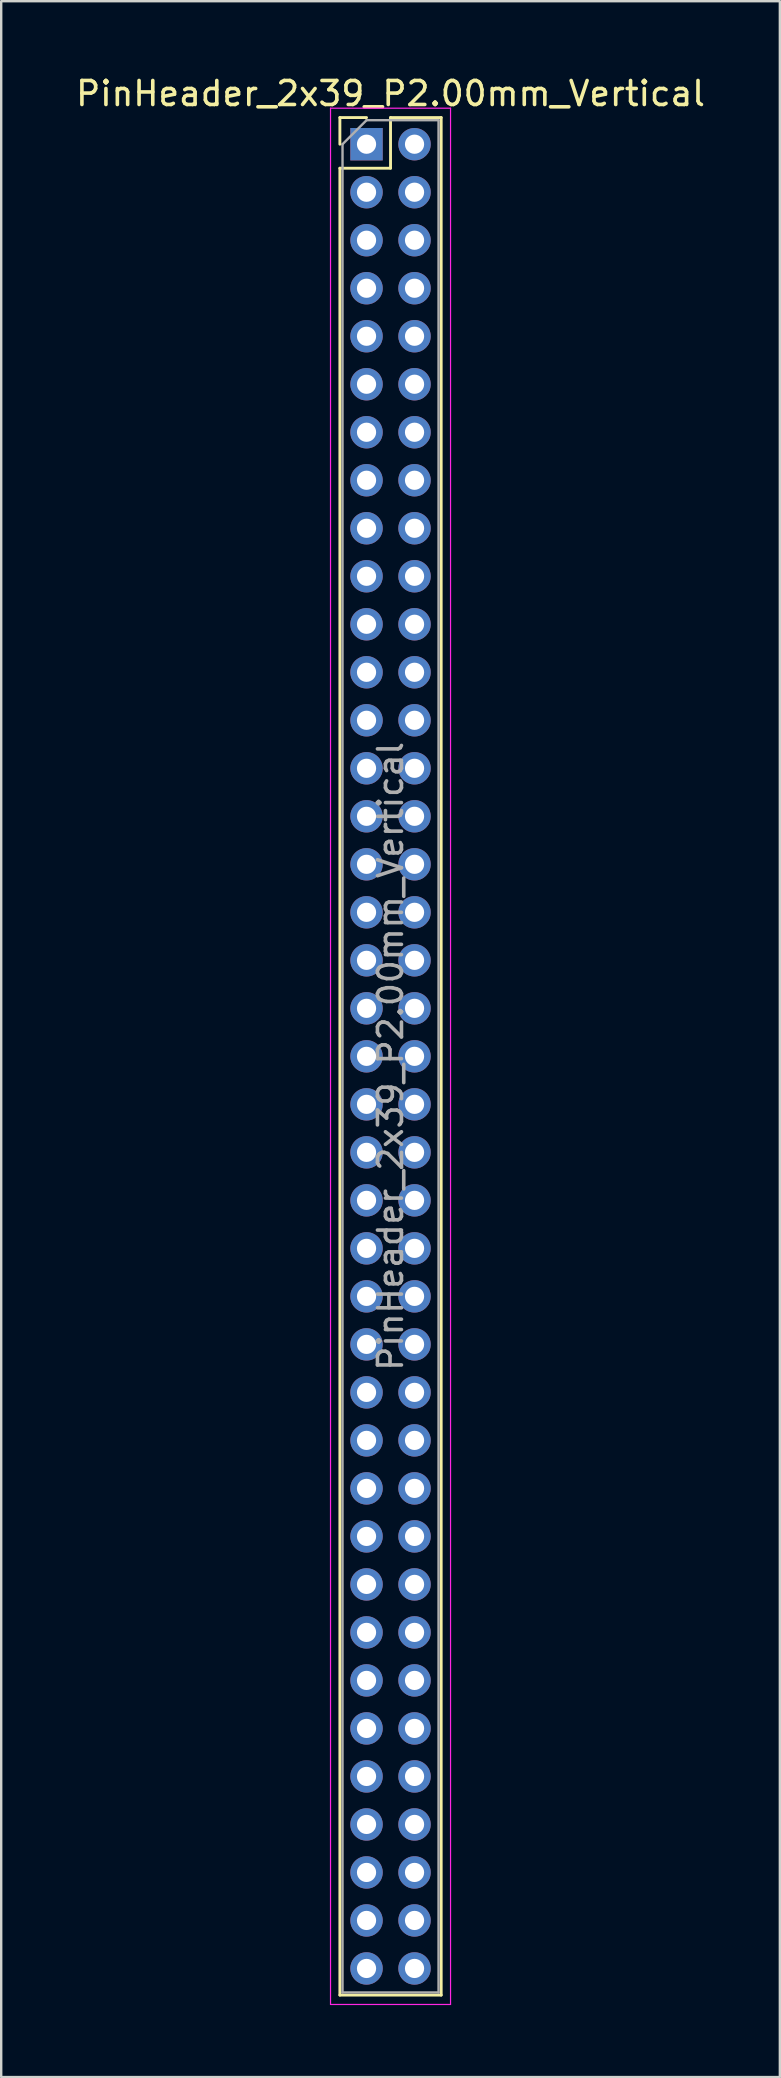
<source format=kicad_pcb>
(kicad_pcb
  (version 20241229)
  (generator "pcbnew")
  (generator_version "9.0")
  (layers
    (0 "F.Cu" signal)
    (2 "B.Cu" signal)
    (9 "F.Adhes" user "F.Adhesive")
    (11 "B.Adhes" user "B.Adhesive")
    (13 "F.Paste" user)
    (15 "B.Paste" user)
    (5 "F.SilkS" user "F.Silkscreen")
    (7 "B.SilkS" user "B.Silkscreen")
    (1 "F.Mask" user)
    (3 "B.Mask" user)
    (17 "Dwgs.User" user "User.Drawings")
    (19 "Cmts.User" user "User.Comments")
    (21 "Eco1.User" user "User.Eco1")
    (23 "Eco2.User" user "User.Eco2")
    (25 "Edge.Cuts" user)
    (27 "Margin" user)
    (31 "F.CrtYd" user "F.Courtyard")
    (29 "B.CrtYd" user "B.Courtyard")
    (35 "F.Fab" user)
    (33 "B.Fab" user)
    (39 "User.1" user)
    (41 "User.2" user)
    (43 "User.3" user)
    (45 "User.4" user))
  (footprint "PinHeader_2x39_P2.00mm_Vertical"
    (layer "F.Cu")
    (at 12.22 2.958)
    (property "Reference" "PinHeader_2x39_P2.00mm_Vertical" (at 1 -2.11 0) (layer "F.SilkS") (effects (font (size 1 1) (thickness 0.15))))
    (attr through_hole)
    (fp_line (start -1.11 -1.11) (end 0 -1.11) (stroke (width 0.12) (type solid)) (layer "F.SilkS"))
    (fp_line (start -1.11 0) (end -1.11 -1.11) (stroke (width 0.12) (type solid)) (layer "F.SilkS"))
    (fp_line (start -1.11 1) (end -1.11 77.11) (stroke (width 0.12) (type solid)) (layer "F.SilkS"))
    (fp_line (start -1.11 1) (end 1 1) (stroke (width 0.12) (type solid)) (layer "F.SilkS"))
    (fp_line (start -1.11 77.11) (end 3.11 77.11) (stroke (width 0.12) (type solid)) (layer "F.SilkS"))
    (fp_line (start 1 -1.11) (end 3.11 -1.11) (stroke (width 0.12) (type solid)) (layer "F.SilkS"))
    (fp_line (start 1 1) (end 1 -1.11) (stroke (width 0.12) (type solid)) (layer "F.SilkS"))
    (fp_line (start 3.11 -1.11) (end 3.11 77.11) (stroke (width 0.12) (type solid)) (layer "F.SilkS"))
    (fp_line (start -1.5 -1.5) (end -1.5 77.5) (stroke (width 0.05) (type solid)) (layer "F.CrtYd"))
    (fp_line (start -1.5 77.5) (end 3.5 77.5) (stroke (width 0.05) (type solid)) (layer "F.CrtYd"))
    (fp_line (start 3.5 -1.5) (end -1.5 -1.5) (stroke (width 0.05) (type solid)) (layer "F.CrtYd"))
    (fp_line (start 3.5 77.5) (end 3.5 -1.5) (stroke (width 0.05) (type solid)) (layer "F.CrtYd"))
    (fp_line (start -1 0) (end 0 -1) (stroke (width 0.1) (type solid)) (layer "F.Fab"))
    (fp_line (start -1 77) (end -1 0) (stroke (width 0.1) (type solid)) (layer "F.Fab"))
    (fp_line (start 0 -1) (end 3 -1) (stroke (width 0.1) (type solid)) (layer "F.Fab"))
    (fp_line (start 3 -1) (end 3 77) (stroke (width 0.1) (type solid)) (layer "F.Fab"))
    (fp_line (start 3 77) (end -1 77) (stroke (width 0.1) (type solid)) (layer "F.Fab"))
    (fp_text user "${REFERENCE}" (at 1 38 90) (layer "F.Fab") (effects (font (size 1 1) (thickness 0.15))))
    (pad "1" thru_hole rect (at 0 0) (size 1.35 1.35) (drill 0.8) (layers "*.Cu" "*.Mask"))
    (pad "2" thru_hole circle (at 2 0) (size 1.35 1.35) (drill 0.8) (layers "*.Cu" "*.Mask"))
    (pad "3" thru_hole circle (at 0 2) (size 1.35 1.35) (drill 0.8) (layers "*.Cu" "*.Mask"))
    (pad "4" thru_hole circle (at 2 2) (size 1.35 1.35) (drill 0.8) (layers "*.Cu" "*.Mask"))
    (pad "5" thru_hole circle (at 0 4) (size 1.35 1.35) (drill 0.8) (layers "*.Cu" "*.Mask"))
    (pad "6" thru_hole circle (at 2 4) (size 1.35 1.35) (drill 0.8) (layers "*.Cu" "*.Mask"))
    (pad "7" thru_hole circle (at 0 6) (size 1.35 1.35) (drill 0.8) (layers "*.Cu" "*.Mask"))
    (pad "8" thru_hole circle (at 2 6) (size 1.35 1.35) (drill 0.8) (layers "*.Cu" "*.Mask"))
    (pad "9" thru_hole circle (at 0 8) (size 1.35 1.35) (drill 0.8) (layers "*.Cu" "*.Mask"))
    (pad "10" thru_hole circle (at 2 8) (size 1.35 1.35) (drill 0.8) (layers "*.Cu" "*.Mask"))
    (pad "11" thru_hole circle (at 0 10) (size 1.35 1.35) (drill 0.8) (layers "*.Cu" "*.Mask"))
    (pad "12" thru_hole circle (at 2 10) (size 1.35 1.35) (drill 0.8) (layers "*.Cu" "*.Mask"))
    (pad "13" thru_hole circle (at 0 12) (size 1.35 1.35) (drill 0.8) (layers "*.Cu" "*.Mask"))
    (pad "14" thru_hole circle (at 2 12) (size 1.35 1.35) (drill 0.8) (layers "*.Cu" "*.Mask"))
    (pad "15" thru_hole circle (at 0 14) (size 1.35 1.35) (drill 0.8) (layers "*.Cu" "*.Mask"))
    (pad "16" thru_hole circle (at 2 14) (size 1.35 1.35) (drill 0.8) (layers "*.Cu" "*.Mask"))
    (pad "17" thru_hole circle (at 0 16) (size 1.35 1.35) (drill 0.8) (layers "*.Cu" "*.Mask"))
    (pad "18" thru_hole circle (at 2 16) (size 1.35 1.35) (drill 0.8) (layers "*.Cu" "*.Mask"))
    (pad "19" thru_hole circle (at 0 18) (size 1.35 1.35) (drill 0.8) (layers "*.Cu" "*.Mask"))
    (pad "20" thru_hole circle (at 2 18) (size 1.35 1.35) (drill 0.8) (layers "*.Cu" "*.Mask"))
    (pad "21" thru_hole circle (at 0 20) (size 1.35 1.35) (drill 0.8) (layers "*.Cu" "*.Mask"))
    (pad "22" thru_hole circle (at 2 20) (size 1.35 1.35) (drill 0.8) (layers "*.Cu" "*.Mask"))
    (pad "23" thru_hole circle (at 0 22) (size 1.35 1.35) (drill 0.8) (layers "*.Cu" "*.Mask"))
    (pad "24" thru_hole circle (at 2 22) (size 1.35 1.35) (drill 0.8) (layers "*.Cu" "*.Mask"))
    (pad "25" thru_hole circle (at 0 24) (size 1.35 1.35) (drill 0.8) (layers "*.Cu" "*.Mask"))
    (pad "26" thru_hole circle (at 2 24) (size 1.35 1.35) (drill 0.8) (layers "*.Cu" "*.Mask"))
    (pad "27" thru_hole circle (at 0 26) (size 1.35 1.35) (drill 0.8) (layers "*.Cu" "*.Mask"))
    (pad "28" thru_hole circle (at 2 26) (size 1.35 1.35) (drill 0.8) (layers "*.Cu" "*.Mask"))
    (pad "29" thru_hole circle (at 0 28) (size 1.35 1.35) (drill 0.8) (layers "*.Cu" "*.Mask"))
    (pad "30" thru_hole circle (at 2 28) (size 1.35 1.35) (drill 0.8) (layers "*.Cu" "*.Mask"))
    (pad "31" thru_hole circle (at 0 30) (size 1.35 1.35) (drill 0.8) (layers "*.Cu" "*.Mask"))
    (pad "32" thru_hole circle (at 2 30) (size 1.35 1.35) (drill 0.8) (layers "*.Cu" "*.Mask"))
    (pad "33" thru_hole circle (at 0 32) (size 1.35 1.35) (drill 0.8) (layers "*.Cu" "*.Mask"))
    (pad "34" thru_hole circle (at 2 32) (size 1.35 1.35) (drill 0.8) (layers "*.Cu" "*.Mask"))
    (pad "35" thru_hole circle (at 0 34) (size 1.35 1.35) (drill 0.8) (layers "*.Cu" "*.Mask"))
    (pad "36" thru_hole circle (at 2 34) (size 1.35 1.35) (drill 0.8) (layers "*.Cu" "*.Mask"))
    (pad "37" thru_hole circle (at 0 36) (size 1.35 1.35) (drill 0.8) (layers "*.Cu" "*.Mask"))
    (pad "38" thru_hole circle (at 2 36) (size 1.35 1.35) (drill 0.8) (layers "*.Cu" "*.Mask"))
    (pad "39" thru_hole circle (at 0 38) (size 1.35 1.35) (drill 0.8) (layers "*.Cu" "*.Mask"))
    (pad "40" thru_hole circle (at 2 38) (size 1.35 1.35) (drill 0.8) (layers "*.Cu" "*.Mask"))
    (pad "41" thru_hole circle (at 0 40) (size 1.35 1.35) (drill 0.8) (layers "*.Cu" "*.Mask"))
    (pad "42" thru_hole circle (at 2 40) (size 1.35 1.35) (drill 0.8) (layers "*.Cu" "*.Mask"))
    (pad "43" thru_hole circle (at 0 42) (size 1.35 1.35) (drill 0.8) (layers "*.Cu" "*.Mask"))
    (pad "44" thru_hole circle (at 2 42) (size 1.35 1.35) (drill 0.8) (layers "*.Cu" "*.Mask"))
    (pad "45" thru_hole circle (at 0 44) (size 1.35 1.35) (drill 0.8) (layers "*.Cu" "*.Mask"))
    (pad "46" thru_hole circle (at 2 44) (size 1.35 1.35) (drill 0.8) (layers "*.Cu" "*.Mask"))
    (pad "47" thru_hole circle (at 0 46) (size 1.35 1.35) (drill 0.8) (layers "*.Cu" "*.Mask"))
    (pad "48" thru_hole circle (at 2 46) (size 1.35 1.35) (drill 0.8) (layers "*.Cu" "*.Mask"))
    (pad "49" thru_hole circle (at 0 48) (size 1.35 1.35) (drill 0.8) (layers "*.Cu" "*.Mask"))
    (pad "50" thru_hole circle (at 2 48) (size 1.35 1.35) (drill 0.8) (layers "*.Cu" "*.Mask"))
    (pad "51" thru_hole circle (at 0 50) (size 1.35 1.35) (drill 0.8) (layers "*.Cu" "*.Mask"))
    (pad "52" thru_hole circle (at 2 50) (size 1.35 1.35) (drill 0.8) (layers "*.Cu" "*.Mask"))
    (pad "53" thru_hole circle (at 0 52) (size 1.35 1.35) (drill 0.8) (layers "*.Cu" "*.Mask"))
    (pad "54" thru_hole circle (at 2 52) (size 1.35 1.35) (drill 0.8) (layers "*.Cu" "*.Mask"))
    (pad "55" thru_hole circle (at 0 54) (size 1.35 1.35) (drill 0.8) (layers "*.Cu" "*.Mask"))
    (pad "56" thru_hole circle (at 2 54) (size 1.35 1.35) (drill 0.8) (layers "*.Cu" "*.Mask"))
    (pad "57" thru_hole circle (at 0 56) (size 1.35 1.35) (drill 0.8) (layers "*.Cu" "*.Mask"))
    (pad "58" thru_hole circle (at 2 56) (size 1.35 1.35) (drill 0.8) (layers "*.Cu" "*.Mask"))
    (pad "59" thru_hole circle (at 0 58) (size 1.35 1.35) (drill 0.8) (layers "*.Cu" "*.Mask"))
    (pad "60" thru_hole circle (at 2 58) (size 1.35 1.35) (drill 0.8) (layers "*.Cu" "*.Mask"))
    (pad "61" thru_hole circle (at 0 60) (size 1.35 1.35) (drill 0.8) (layers "*.Cu" "*.Mask"))
    (pad "62" thru_hole circle (at 2 60) (size 1.35 1.35) (drill 0.8) (layers "*.Cu" "*.Mask"))
    (pad "63" thru_hole circle (at 0 62) (size 1.35 1.35) (drill 0.8) (layers "*.Cu" "*.Mask"))
    (pad "64" thru_hole circle (at 2 62) (size 1.35 1.35) (drill 0.8) (layers "*.Cu" "*.Mask"))
    (pad "65" thru_hole circle (at 0 64) (size 1.35 1.35) (drill 0.8) (layers "*.Cu" "*.Mask"))
    (pad "66" thru_hole circle (at 2 64) (size 1.35 1.35) (drill 0.8) (layers "*.Cu" "*.Mask"))
    (pad "67" thru_hole circle (at 0 66) (size 1.35 1.35) (drill 0.8) (layers "*.Cu" "*.Mask"))
    (pad "68" thru_hole circle (at 2 66) (size 1.35 1.35) (drill 0.8) (layers "*.Cu" "*.Mask"))
    (pad "69" thru_hole circle (at 0 68) (size 1.35 1.35) (drill 0.8) (layers "*.Cu" "*.Mask"))
    (pad "70" thru_hole circle (at 2 68) (size 1.35 1.35) (drill 0.8) (layers "*.Cu" "*.Mask"))
    (pad "71" thru_hole circle (at 0 70) (size 1.35 1.35) (drill 0.8) (layers "*.Cu" "*.Mask"))
    (pad "72" thru_hole circle (at 2 70) (size 1.35 1.35) (drill 0.8) (layers "*.Cu" "*.Mask"))
    (pad "73" thru_hole circle (at 0 72) (size 1.35 1.35) (drill 0.8) (layers "*.Cu" "*.Mask"))
    (pad "74" thru_hole circle (at 2 72) (size 1.35 1.35) (drill 0.8) (layers "*.Cu" "*.Mask"))
    (pad "75" thru_hole circle (at 0 74) (size 1.35 1.35) (drill 0.8) (layers "*.Cu" "*.Mask"))
    (pad "76" thru_hole circle (at 2 74) (size 1.35 1.35) (drill 0.8) (layers "*.Cu" "*.Mask"))
    (pad "77" thru_hole circle (at 0 76) (size 1.35 1.35) (drill 0.8) (layers "*.Cu" "*.Mask"))
    (pad "78" thru_hole circle (at 2 76) (size 1.35 1.35) (drill 0.8) (layers "*.Cu" "*.Mask")))
  (gr_rect
    (start -3 -3)
    (end 29.44 83.483)
    (stroke (width 0.1) (type default))
    (fill no)
    (layer "Edge.Cuts")))
</source>
